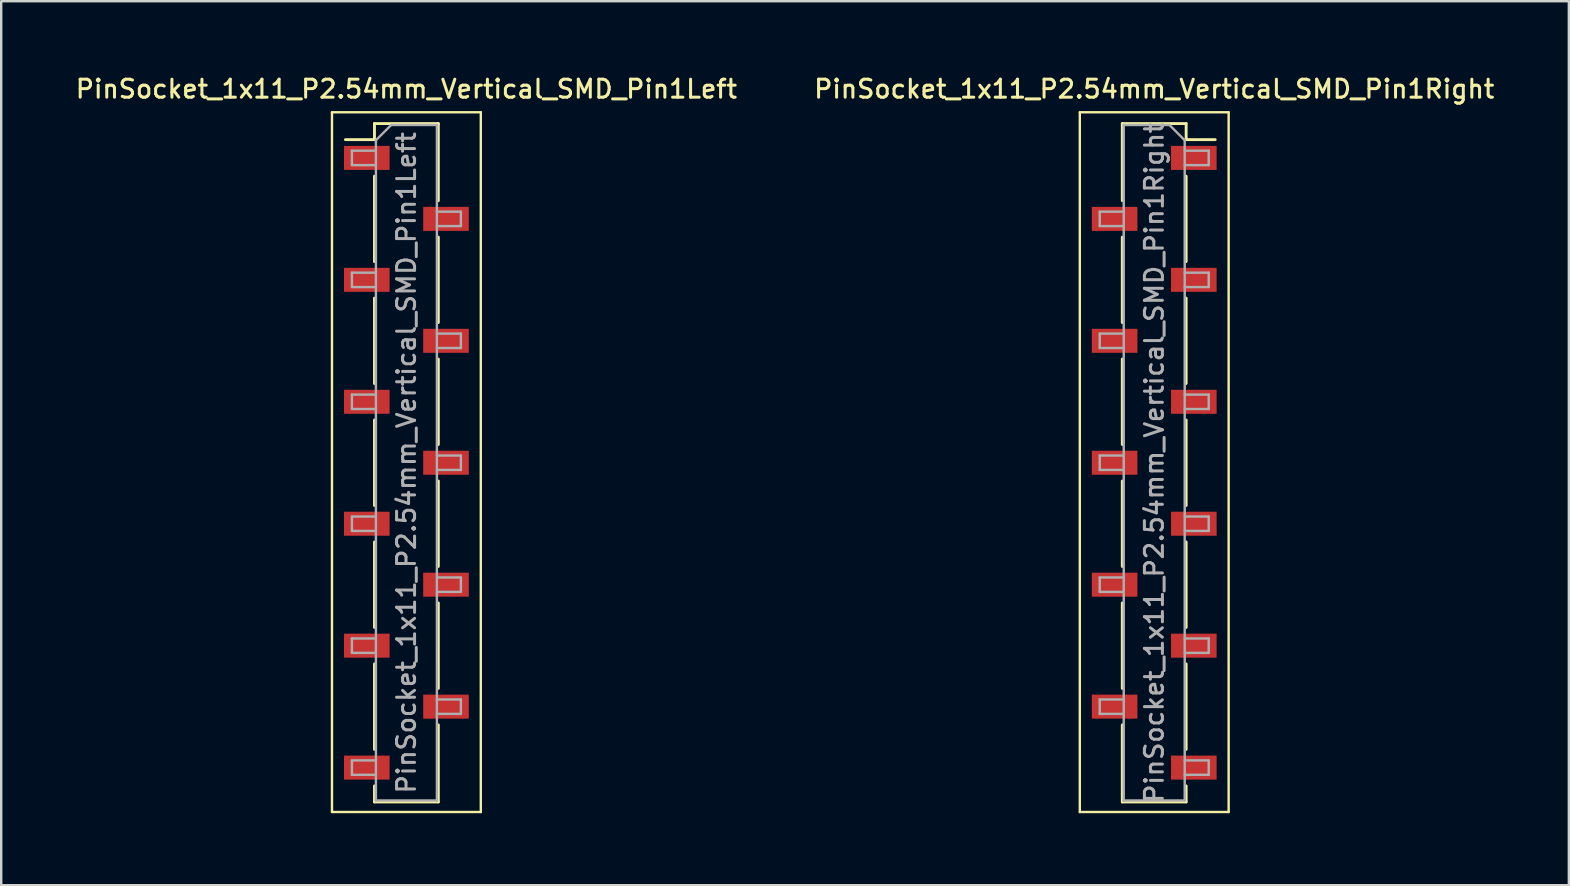
<source format=kicad_pcb>
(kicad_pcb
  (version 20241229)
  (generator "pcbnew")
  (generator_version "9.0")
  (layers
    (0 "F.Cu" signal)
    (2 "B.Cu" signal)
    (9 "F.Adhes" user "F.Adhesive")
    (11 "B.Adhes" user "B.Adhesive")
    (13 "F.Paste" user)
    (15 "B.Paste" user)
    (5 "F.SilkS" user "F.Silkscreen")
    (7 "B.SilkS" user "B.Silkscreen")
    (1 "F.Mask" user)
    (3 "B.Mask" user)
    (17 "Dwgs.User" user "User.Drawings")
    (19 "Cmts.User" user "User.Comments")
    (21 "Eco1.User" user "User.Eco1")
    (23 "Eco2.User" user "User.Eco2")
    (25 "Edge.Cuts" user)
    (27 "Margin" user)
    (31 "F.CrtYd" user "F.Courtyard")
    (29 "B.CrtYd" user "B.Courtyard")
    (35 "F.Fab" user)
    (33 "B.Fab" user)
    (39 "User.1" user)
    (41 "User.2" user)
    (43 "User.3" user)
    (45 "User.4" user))
  (footprint "PinSocket_1x11_P2.54mm_Vertical_SMD_Pin1Right"
    (layer "F.Cu")
    (at 45.034 16.228)
    (property "Reference" "PinSocket_1x11_P2.54mm_Vertical_SMD_Pin1Right" (at 0 -15.57 0) (layer "F.SilkS") (effects (font (size 0.75 0.75) (thickness 0.125))))
    (attr smd)
    (fp_line (start -3.1 -14.6) (end 3.1 -14.6) (stroke (width 0.1) (type solid)) (layer "F.SilkS"))
    (fp_line (start -3.1 14.55) (end -3.1 -14.6) (stroke (width 0.1) (type solid)) (layer "F.SilkS"))
    (fp_line (start -1.33 -14.13) (end -1.33 -10.92) (stroke (width 0.12) (type solid)) (layer "F.SilkS"))
    (fp_line (start -1.33 -14.13) (end 1.33 -14.13) (stroke (width 0.12) (type solid)) (layer "F.SilkS"))
    (fp_line (start -1.33 -9.4) (end -1.33 -5.84) (stroke (width 0.12) (type solid)) (layer "F.SilkS"))
    (fp_line (start -1.33 -4.32) (end -1.33 -0.76) (stroke (width 0.12) (type solid)) (layer "F.SilkS"))
    (fp_line (start -1.33 0.76) (end -1.33 4.32) (stroke (width 0.12) (type solid)) (layer "F.SilkS"))
    (fp_line (start -1.33 5.84) (end -1.33 9.4) (stroke (width 0.12) (type solid)) (layer "F.SilkS"))
    (fp_line (start -1.33 10.92) (end -1.33 14.13) (stroke (width 0.12) (type solid)) (layer "F.SilkS"))
    (fp_line (start -1.33 14.13) (end 1.33 14.13) (stroke (width 0.12) (type solid)) (layer "F.SilkS"))
    (fp_line (start 1.33 -14.13) (end 1.33 -13.46) (stroke (width 0.12) (type solid)) (layer "F.SilkS"))
    (fp_line (start 1.33 -13.46) (end 2.54 -13.46) (stroke (width 0.12) (type solid)) (layer "F.SilkS"))
    (fp_line (start 1.33 -11.94) (end 1.33 -8.38) (stroke (width 0.12) (type solid)) (layer "F.SilkS"))
    (fp_line (start 1.33 -6.86) (end 1.33 -3.3) (stroke (width 0.12) (type solid)) (layer "F.SilkS"))
    (fp_line (start 1.33 -1.78) (end 1.33 1.78) (stroke (width 0.12) (type solid)) (layer "F.SilkS"))
    (fp_line (start 1.33 3.3) (end 1.33 6.86) (stroke (width 0.12) (type solid)) (layer "F.SilkS"))
    (fp_line (start 1.33 8.38) (end 1.33 11.94) (stroke (width 0.12) (type solid)) (layer "F.SilkS"))
    (fp_line (start 1.33 13.46) (end 1.33 14.13) (stroke (width 0.12) (type solid)) (layer "F.SilkS"))
    (fp_line (start 3.1 -14.6) (end 3.1 14.55) (stroke (width 0.1) (type solid)) (layer "F.SilkS"))
    (fp_line (start 3.1 14.55) (end -3.1 14.55) (stroke (width 0.1) (type solid)) (layer "F.SilkS"))
    (fp_line (start -2.27 -10.46) (end -1.27 -10.46) (stroke (width 0.1) (type solid)) (layer "F.Fab"))
    (fp_line (start -2.27 -9.86) (end -2.27 -10.46) (stroke (width 0.1) (type solid)) (layer "F.Fab"))
    (fp_line (start -2.27 -5.38) (end -1.27 -5.38) (stroke (width 0.1) (type solid)) (layer "F.Fab"))
    (fp_line (start -2.27 -4.78) (end -2.27 -5.38) (stroke (width 0.1) (type solid)) (layer "F.Fab"))
    (fp_line (start -2.27 -0.3) (end -1.27 -0.3) (stroke (width 0.1) (type solid)) (layer "F.Fab"))
    (fp_line (start -2.27 0.3) (end -2.27 -0.3) (stroke (width 0.1) (type solid)) (layer "F.Fab"))
    (fp_line (start -2.27 4.78) (end -1.27 4.78) (stroke (width 0.1) (type solid)) (layer "F.Fab"))
    (fp_line (start -2.27 5.38) (end -2.27 4.78) (stroke (width 0.1) (type solid)) (layer "F.Fab"))
    (fp_line (start -2.27 9.86) (end -1.27 9.86) (stroke (width 0.1) (type solid)) (layer "F.Fab"))
    (fp_line (start -2.27 10.46) (end -2.27 9.86) (stroke (width 0.1) (type solid)) (layer "F.Fab"))
    (fp_line (start -1.27 -14.07) (end 0.635 -14.07) (stroke (width 0.1) (type solid)) (layer "F.Fab"))
    (fp_line (start -1.27 -9.86) (end -2.27 -9.86) (stroke (width 0.1) (type solid)) (layer "F.Fab"))
    (fp_line (start -1.27 -4.78) (end -2.27 -4.78) (stroke (width 0.1) (type solid)) (layer "F.Fab"))
    (fp_line (start -1.27 0.3) (end -2.27 0.3) (stroke (width 0.1) (type solid)) (layer "F.Fab"))
    (fp_line (start -1.27 5.38) (end -2.27 5.38) (stroke (width 0.1) (type solid)) (layer "F.Fab"))
    (fp_line (start -1.27 10.46) (end -2.27 10.46) (stroke (width 0.1) (type solid)) (layer "F.Fab"))
    (fp_line (start -1.27 14.07) (end -1.27 -14.07) (stroke (width 0.1) (type solid)) (layer "F.Fab"))
    (fp_line (start 0.635 -14.07) (end 1.27 -13.435) (stroke (width 0.1) (type solid)) (layer "F.Fab"))
    (fp_line (start 1.27 -13.435) (end 1.27 14.07) (stroke (width 0.1) (type solid)) (layer "F.Fab"))
    (fp_line (start 1.27 -13) (end 2.27 -13) (stroke (width 0.1) (type solid)) (layer "F.Fab"))
    (fp_line (start 1.27 -7.92) (end 2.27 -7.92) (stroke (width 0.1) (type solid)) (layer "F.Fab"))
    (fp_line (start 1.27 -2.84) (end 2.27 -2.84) (stroke (width 0.1) (type solid)) (layer "F.Fab"))
    (fp_line (start 1.27 2.24) (end 2.27 2.24) (stroke (width 0.1) (type solid)) (layer "F.Fab"))
    (fp_line (start 1.27 7.32) (end 2.27 7.32) (stroke (width 0.1) (type solid)) (layer "F.Fab"))
    (fp_line (start 1.27 12.4) (end 2.27 12.4) (stroke (width 0.1) (type solid)) (layer "F.Fab"))
    (fp_line (start 1.27 14.07) (end -1.27 14.07) (stroke (width 0.1) (type solid)) (layer "F.Fab"))
    (fp_line (start 2.27 -13) (end 2.27 -12.4) (stroke (width 0.1) (type solid)) (layer "F.Fab"))
    (fp_line (start 2.27 -12.4) (end 1.27 -12.4) (stroke (width 0.1) (type solid)) (layer "F.Fab"))
    (fp_line (start 2.27 -7.92) (end 2.27 -7.32) (stroke (width 0.1) (type solid)) (layer "F.Fab"))
    (fp_line (start 2.27 -7.32) (end 1.27 -7.32) (stroke (width 0.1) (type solid)) (layer "F.Fab"))
    (fp_line (start 2.27 -2.84) (end 2.27 -2.24) (stroke (width 0.1) (type solid)) (layer "F.Fab"))
    (fp_line (start 2.27 -2.24) (end 1.27 -2.24) (stroke (width 0.1) (type solid)) (layer "F.Fab"))
    (fp_line (start 2.27 2.24) (end 2.27 2.84) (stroke (width 0.1) (type solid)) (layer "F.Fab"))
    (fp_line (start 2.27 2.84) (end 1.27 2.84) (stroke (width 0.1) (type solid)) (layer "F.Fab"))
    (fp_line (start 2.27 7.32) (end 2.27 7.92) (stroke (width 0.1) (type solid)) (layer "F.Fab"))
    (fp_line (start 2.27 7.92) (end 1.27 7.92) (stroke (width 0.1) (type solid)) (layer "F.Fab"))
    (fp_line (start 2.27 12.4) (end 2.27 13) (stroke (width 0.1) (type solid)) (layer "F.Fab"))
    (fp_line (start 2.27 13) (end 1.27 13) (stroke (width 0.1) (type solid)) (layer "F.Fab"))
    (fp_text user "${REFERENCE}" (at 0 0 90) (layer "F.Fab") (effects (font (size 0.75 0.75) (thickness 0.125))))
    (pad "1" smd rect (at 1.65 -12.7) (size 1.9 1) (layers "F.Cu" "F.Mask" "F.Paste"))
    (pad "2" smd rect (at -1.65 -10.16) (size 1.9 1) (layers "F.Cu" "F.Mask" "F.Paste"))
    (pad "3" smd rect (at 1.65 -7.62) (size 1.9 1) (layers "F.Cu" "F.Mask" "F.Paste"))
    (pad "4" smd rect (at -1.65 -5.08) (size 1.9 1) (layers "F.Cu" "F.Mask" "F.Paste"))
    (pad "5" smd rect (at 1.65 -2.54) (size 1.9 1) (layers "F.Cu" "F.Mask" "F.Paste"))
    (pad "6" smd rect (at -1.65 0) (size 1.9 1) (layers "F.Cu" "F.Mask" "F.Paste"))
    (pad "7" smd rect (at 1.65 2.54) (size 1.9 1) (layers "F.Cu" "F.Mask" "F.Paste"))
    (pad "8" smd rect (at -1.65 5.08) (size 1.9 1) (layers "F.Cu" "F.Mask" "F.Paste"))
    (pad "9" smd rect (at 1.65 7.62) (size 1.9 1) (layers "F.Cu" "F.Mask" "F.Paste"))
    (pad "10" smd rect (at -1.65 10.16) (size 1.9 1) (layers "F.Cu" "F.Mask" "F.Paste"))
    (pad "11" smd rect (at 1.65 12.7) (size 1.9 1) (layers "F.Cu" "F.Mask" "F.Paste")))
  (footprint "PinSocket_1x11_P2.54mm_Vertical_SMD_Pin1Left"
    (layer "F.Cu")
    (at 13.88 16.228)
    (property "Reference" "PinSocket_1x11_P2.54mm_Vertical_SMD_Pin1Left" (at 0 -15.57 0) (layer "F.SilkS") (effects (font (size 0.75 0.75) (thickness 0.125))))
    (attr smd)
    (fp_line (start -3.1 -14.6) (end 3.1 -14.6) (stroke (width 0.1) (type solid)) (layer "F.SilkS"))
    (fp_line (start -3.1 14.55) (end -3.1 -14.6) (stroke (width 0.1) (type solid)) (layer "F.SilkS"))
    (fp_line (start -2.54 -13.46) (end -1.33 -13.46) (stroke (width 0.12) (type solid)) (layer "F.SilkS"))
    (fp_line (start -1.33 -14.13) (end -1.33 -13.46) (stroke (width 0.12) (type solid)) (layer "F.SilkS"))
    (fp_line (start -1.33 -14.13) (end 1.33 -14.13) (stroke (width 0.12) (type solid)) (layer "F.SilkS"))
    (fp_line (start -1.33 -11.94) (end -1.33 -8.38) (stroke (width 0.12) (type solid)) (layer "F.SilkS"))
    (fp_line (start -1.33 -6.86) (end -1.33 -3.3) (stroke (width 0.12) (type solid)) (layer "F.SilkS"))
    (fp_line (start -1.33 -1.78) (end -1.33 1.78) (stroke (width 0.12) (type solid)) (layer "F.SilkS"))
    (fp_line (start -1.33 3.3) (end -1.33 6.86) (stroke (width 0.12) (type solid)) (layer "F.SilkS"))
    (fp_line (start -1.33 8.38) (end -1.33 11.94) (stroke (width 0.12) (type solid)) (layer "F.SilkS"))
    (fp_line (start -1.33 13.46) (end -1.33 14.13) (stroke (width 0.12) (type solid)) (layer "F.SilkS"))
    (fp_line (start -1.33 14.13) (end 1.33 14.13) (stroke (width 0.12) (type solid)) (layer "F.SilkS"))
    (fp_line (start 1.33 -14.13) (end 1.33 -10.92) (stroke (width 0.12) (type solid)) (layer "F.SilkS"))
    (fp_line (start 1.33 -9.4) (end 1.33 -5.84) (stroke (width 0.12) (type solid)) (layer "F.SilkS"))
    (fp_line (start 1.33 -4.32) (end 1.33 -0.76) (stroke (width 0.12) (type solid)) (layer "F.SilkS"))
    (fp_line (start 1.33 0.76) (end 1.33 4.32) (stroke (width 0.12) (type solid)) (layer "F.SilkS"))
    (fp_line (start 1.33 5.84) (end 1.33 9.4) (stroke (width 0.12) (type solid)) (layer "F.SilkS"))
    (fp_line (start 1.33 10.92) (end 1.33 14.13) (stroke (width 0.12) (type solid)) (layer "F.SilkS"))
    (fp_line (start 3.1 -14.6) (end 3.1 14.55) (stroke (width 0.1) (type solid)) (layer "F.SilkS"))
    (fp_line (start 3.1 14.55) (end -3.1 14.55) (stroke (width 0.1) (type solid)) (layer "F.SilkS"))
    (fp_line (start -2.27 -13) (end -1.27 -13) (stroke (width 0.1) (type solid)) (layer "F.Fab"))
    (fp_line (start -2.27 -12.4) (end -2.27 -13) (stroke (width 0.1) (type solid)) (layer "F.Fab"))
    (fp_line (start -2.27 -7.92) (end -1.27 -7.92) (stroke (width 0.1) (type solid)) (layer "F.Fab"))
    (fp_line (start -2.27 -7.32) (end -2.27 -7.92) (stroke (width 0.1) (type solid)) (layer "F.Fab"))
    (fp_line (start -2.27 -2.84) (end -1.27 -2.84) (stroke (width 0.1) (type solid)) (layer "F.Fab"))
    (fp_line (start -2.27 -2.24) (end -2.27 -2.84) (stroke (width 0.1) (type solid)) (layer "F.Fab"))
    (fp_line (start -2.27 2.24) (end -1.27 2.24) (stroke (width 0.1) (type solid)) (layer "F.Fab"))
    (fp_line (start -2.27 2.84) (end -2.27 2.24) (stroke (width 0.1) (type solid)) (layer "F.Fab"))
    (fp_line (start -2.27 7.32) (end -1.27 7.32) (stroke (width 0.1) (type solid)) (layer "F.Fab"))
    (fp_line (start -2.27 7.92) (end -2.27 7.32) (stroke (width 0.1) (type solid)) (layer "F.Fab"))
    (fp_line (start -2.27 12.4) (end -1.27 12.4) (stroke (width 0.1) (type solid)) (layer "F.Fab"))
    (fp_line (start -2.27 13) (end -2.27 12.4) (stroke (width 0.1) (type solid)) (layer "F.Fab"))
    (fp_line (start -1.27 -13.435) (end -0.635 -14.07) (stroke (width 0.1) (type solid)) (layer "F.Fab"))
    (fp_line (start -1.27 -12.4) (end -2.27 -12.4) (stroke (width 0.1) (type solid)) (layer "F.Fab"))
    (fp_line (start -1.27 -7.32) (end -2.27 -7.32) (stroke (width 0.1) (type solid)) (layer "F.Fab"))
    (fp_line (start -1.27 -2.24) (end -2.27 -2.24) (stroke (width 0.1) (type solid)) (layer "F.Fab"))
    (fp_line (start -1.27 2.84) (end -2.27 2.84) (stroke (width 0.1) (type solid)) (layer "F.Fab"))
    (fp_line (start -1.27 7.92) (end -2.27 7.92) (stroke (width 0.1) (type solid)) (layer "F.Fab"))
    (fp_line (start -1.27 13) (end -2.27 13) (stroke (width 0.1) (type solid)) (layer "F.Fab"))
    (fp_line (start -1.27 14.07) (end -1.27 -13.435) (stroke (width 0.1) (type solid)) (layer "F.Fab"))
    (fp_line (start -0.635 -14.07) (end 1.27 -14.07) (stroke (width 0.1) (type solid)) (layer "F.Fab"))
    (fp_line (start 1.27 -14.07) (end 1.27 14.07) (stroke (width 0.1) (type solid)) (layer "F.Fab"))
    (fp_line (start 1.27 -10.46) (end 2.27 -10.46) (stroke (width 0.1) (type solid)) (layer "F.Fab"))
    (fp_line (start 1.27 -5.38) (end 2.27 -5.38) (stroke (width 0.1) (type solid)) (layer "F.Fab"))
    (fp_line (start 1.27 -0.3) (end 2.27 -0.3) (stroke (width 0.1) (type solid)) (layer "F.Fab"))
    (fp_line (start 1.27 4.78) (end 2.27 4.78) (stroke (width 0.1) (type solid)) (layer "F.Fab"))
    (fp_line (start 1.27 9.86) (end 2.27 9.86) (stroke (width 0.1) (type solid)) (layer "F.Fab"))
    (fp_line (start 1.27 14.07) (end -1.27 14.07) (stroke (width 0.1) (type solid)) (layer "F.Fab"))
    (fp_line (start 2.27 -10.46) (end 2.27 -9.86) (stroke (width 0.1) (type solid)) (layer "F.Fab"))
    (fp_line (start 2.27 -9.86) (end 1.27 -9.86) (stroke (width 0.1) (type solid)) (layer "F.Fab"))
    (fp_line (start 2.27 -5.38) (end 2.27 -4.78) (stroke (width 0.1) (type solid)) (layer "F.Fab"))
    (fp_line (start 2.27 -4.78) (end 1.27 -4.78) (stroke (width 0.1) (type solid)) (layer "F.Fab"))
    (fp_line (start 2.27 -0.3) (end 2.27 0.3) (stroke (width 0.1) (type solid)) (layer "F.Fab"))
    (fp_line (start 2.27 0.3) (end 1.27 0.3) (stroke (width 0.1) (type solid)) (layer "F.Fab"))
    (fp_line (start 2.27 4.78) (end 2.27 5.38) (stroke (width 0.1) (type solid)) (layer "F.Fab"))
    (fp_line (start 2.27 5.38) (end 1.27 5.38) (stroke (width 0.1) (type solid)) (layer "F.Fab"))
    (fp_line (start 2.27 9.86) (end 2.27 10.46) (stroke (width 0.1) (type solid)) (layer "F.Fab"))
    (fp_line (start 2.27 10.46) (end 1.27 10.46) (stroke (width 0.1) (type solid)) (layer "F.Fab"))
    (fp_text user "${REFERENCE}" (at 0 0 90) (layer "F.Fab") (effects (font (size 0.75 0.75) (thickness 0.125))))
    (pad "1" smd rect (at -1.65 -12.7) (size 1.9 1) (layers "F.Cu" "F.Mask" "F.Paste"))
    (pad "2" smd rect (at 1.65 -10.16) (size 1.9 1) (layers "F.Cu" "F.Mask" "F.Paste"))
    (pad "3" smd rect (at -1.65 -7.62) (size 1.9 1) (layers "F.Cu" "F.Mask" "F.Paste"))
    (pad "4" smd rect (at 1.65 -5.08) (size 1.9 1) (layers "F.Cu" "F.Mask" "F.Paste"))
    (pad "5" smd rect (at -1.65 -2.54) (size 1.9 1) (layers "F.Cu" "F.Mask" "F.Paste"))
    (pad "6" smd rect (at 1.65 0) (size 1.9 1) (layers "F.Cu" "F.Mask" "F.Paste"))
    (pad "7" smd rect (at -1.65 2.54) (size 1.9 1) (layers "F.Cu" "F.Mask" "F.Paste"))
    (pad "8" smd rect (at 1.65 5.08) (size 1.9 1) (layers "F.Cu" "F.Mask" "F.Paste"))
    (pad "9" smd rect (at -1.65 7.62) (size 1.9 1) (layers "F.Cu" "F.Mask" "F.Paste"))
    (pad "10" smd rect (at 1.65 10.16) (size 1.9 1) (layers "F.Cu" "F.Mask" "F.Paste"))
    (pad "11" smd rect (at -1.65 12.7) (size 1.9 1) (layers "F.Cu" "F.Mask" "F.Paste")))
  (gr_rect
    (start -3 -3)
    (end 62.307 33.828)
    (stroke (width 0.1) (type default))
    (fill no)
    (layer "Edge.Cuts")))
</source>
